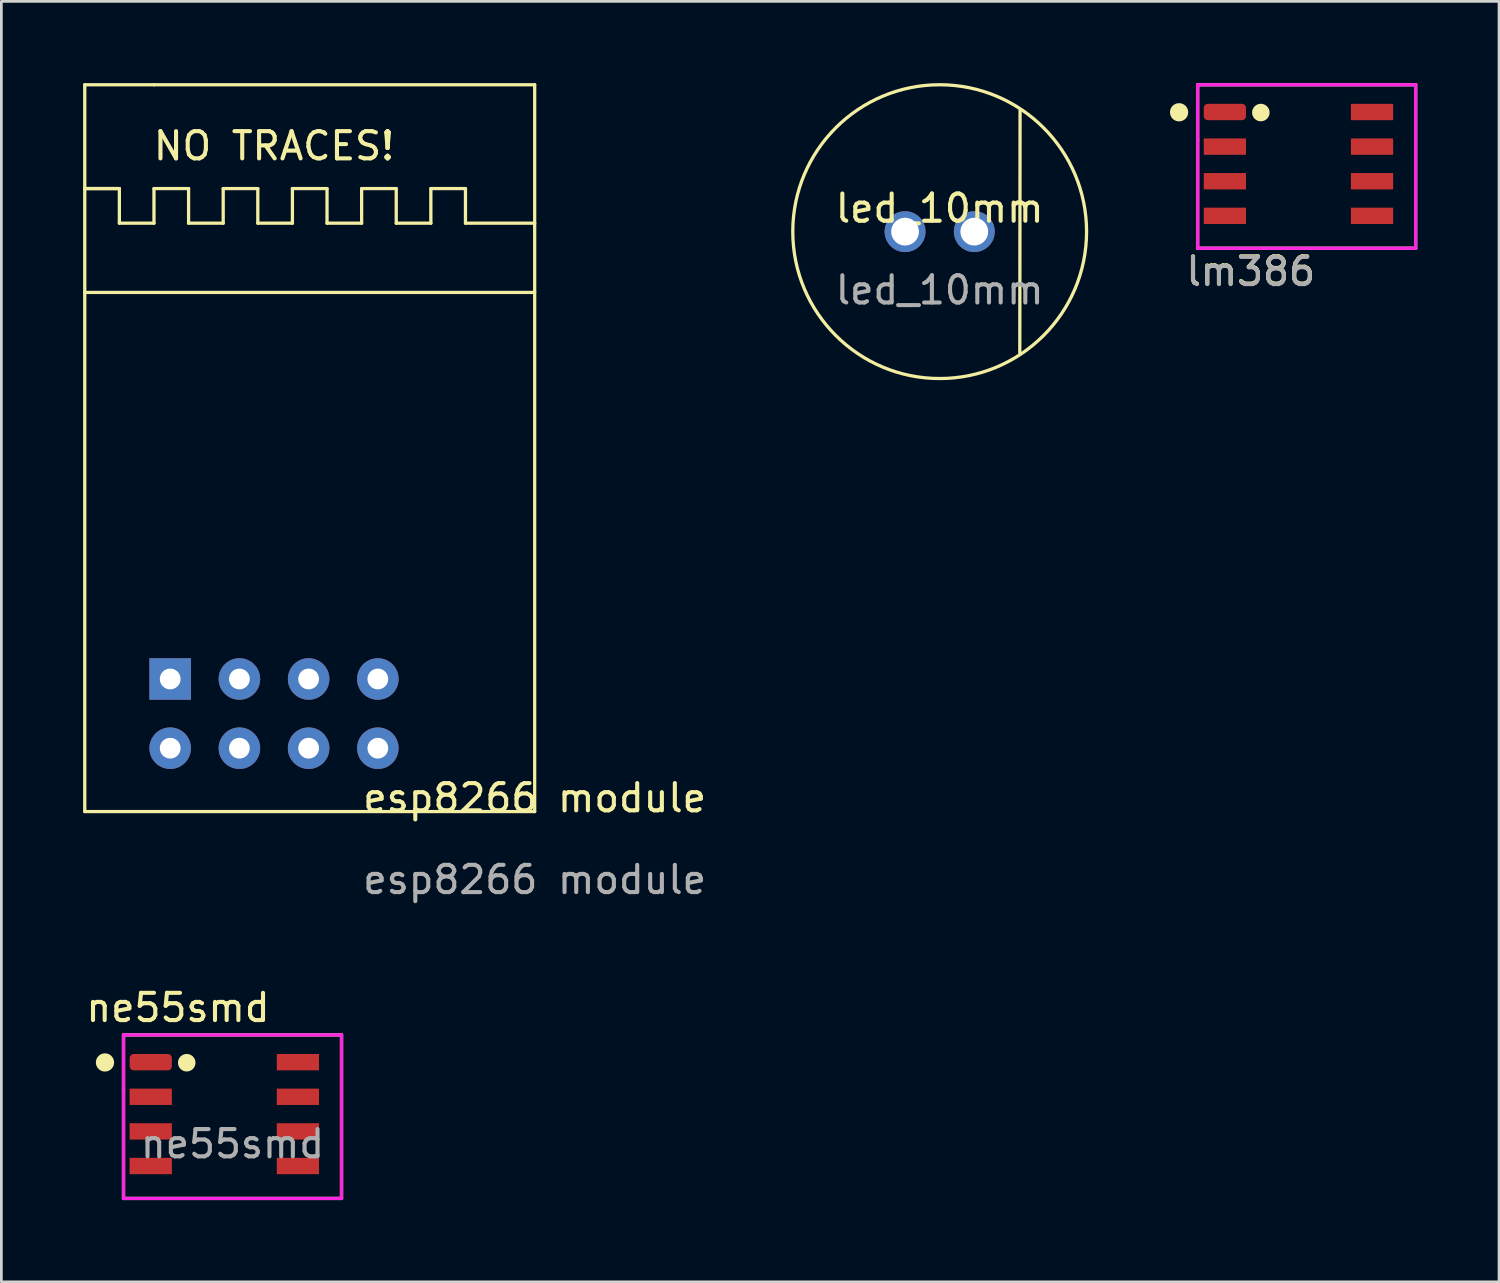
<source format=kicad_pcb>
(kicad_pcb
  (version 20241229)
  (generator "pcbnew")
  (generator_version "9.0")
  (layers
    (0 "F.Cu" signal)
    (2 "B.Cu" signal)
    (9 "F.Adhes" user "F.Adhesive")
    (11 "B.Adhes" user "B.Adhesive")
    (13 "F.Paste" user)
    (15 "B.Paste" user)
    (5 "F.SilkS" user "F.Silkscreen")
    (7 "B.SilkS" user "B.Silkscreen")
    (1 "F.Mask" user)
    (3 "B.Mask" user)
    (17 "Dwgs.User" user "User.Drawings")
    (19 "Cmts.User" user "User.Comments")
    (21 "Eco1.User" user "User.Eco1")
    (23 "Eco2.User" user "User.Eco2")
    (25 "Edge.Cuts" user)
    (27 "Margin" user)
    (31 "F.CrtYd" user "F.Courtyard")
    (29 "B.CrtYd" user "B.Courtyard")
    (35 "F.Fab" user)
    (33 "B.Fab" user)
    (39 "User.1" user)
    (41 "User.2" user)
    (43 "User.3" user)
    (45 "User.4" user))
  (footprint "ne55smd"
    (layer "F.Cu")
    (at 2.482 35.926)
    (property "Reference" "ne55smd" (at 1 -2 0) (unlocked yes) (layer "F.SilkS") (effects (font (size 1 1) (thickness 0.15))))
    (fp_line (start -1 -1) (end -1 1) (stroke (width 0.12) (type solid)) (layer "F.SilkS"))
    (fp_line (start -1 -1) (end 7 -1) (stroke (width 0.12) (type solid)) (layer "F.SilkS"))
    (fp_line (start -1 5) (end -1 1) (stroke (width 0.12) (type solid)) (layer "F.SilkS"))
    (fp_line (start 7 -1) (end 7 5) (stroke (width 0.12) (type solid)) (layer "F.SilkS"))
    (fp_line (start 7 5) (end -1 5) (stroke (width 0.12) (type solid)) (layer "F.SilkS"))
    (fp_circle (center -1.68 0.01) (end -1.41 0.06) (stroke (width 0.12) (type solid)) (fill yes) (layer "F.SilkS"))
    (fp_circle (center 1.32 0.02) (end 1.58 0.05) (stroke (width 0.12) (type solid)) (fill yes) (layer "F.SilkS"))
    (fp_line (start -1 -1) (end 7 -1) (stroke (width 0.12) (type solid)) (layer "F.CrtYd"))
    (fp_line (start -1 5) (end -1 -1) (stroke (width 0.12) (type solid)) (layer "F.CrtYd"))
    (fp_line (start 7 -1) (end 7 5) (stroke (width 0.12) (type solid)) (layer "F.CrtYd"))
    (fp_line (start 7 5) (end -1 5) (stroke (width 0.12) (type solid)) (layer "F.CrtYd"))
    (fp_text user "${REFERENCE}" (at 3 3 0) (unlocked yes) (layer "F.Fab") (effects (font (size 1 1) (thickness 0.15))))
    (pad "1" smd roundrect (at 0 0) (size 1.55 0.6) (layers "F.Cu" "F.Mask" "F.Paste") (roundrect_rratio 0.25))
    (pad "2" smd rect (at 0 1.27) (size 1.55 0.6) (layers "F.Cu" "F.Mask" "F.Paste"))
    (pad "3" smd rect (at 0 2.54) (size 1.55 0.6) (layers "F.Cu" "F.Mask" "F.Paste"))
    (pad "4" smd rect (at 0 3.81) (size 1.55 0.6) (layers "F.Cu" "F.Mask" "F.Paste"))
    (pad "5" smd rect (at 5.4 3.81) (size 1.55 0.6) (layers "F.Cu" "F.Mask" "F.Paste"))
    (pad "6" smd rect (at 5.4 2.54) (size 1.55 0.6) (layers "F.Cu" "F.Mask" "F.Paste"))
    (pad "7" smd rect (at 5.4 1.27) (size 1.55 0.6) (layers "F.Cu" "F.Mask" "F.Paste"))
    (pad "8" smd rect (at 5.4 0) (size 1.55 0.6) (layers "F.Cu" "F.Mask" "F.Paste")))
  (footprint "lm386"
    (layer "F.Cu")
    (at 44.736 3.01)
    (property "Reference" "lm386" (at -1.89 3.89 0) (unlocked yes) (layer "F.SilkS") (effects (font (size 1 1) (thickness 0.15))))
    (fp_line (start -3.84 -2.95) (end -3.84 -0.95) (stroke (width 0.12) (type solid)) (layer "F.SilkS"))
    (fp_line (start -3.84 -2.95) (end 4.16 -2.95) (stroke (width 0.12) (type solid)) (layer "F.SilkS"))
    (fp_line (start -3.84 3.05) (end -3.84 -0.95) (stroke (width 0.12) (type solid)) (layer "F.SilkS"))
    (fp_line (start 4.16 -2.95) (end 4.16 3.05) (stroke (width 0.12) (type solid)) (layer "F.SilkS"))
    (fp_line (start 4.16 3.05) (end -3.84 3.05) (stroke (width 0.12) (type solid)) (layer "F.SilkS"))
    (fp_circle (center -4.52 -1.94) (end -4.25 -1.89) (stroke (width 0.12) (type solid)) (fill yes) (layer "F.SilkS"))
    (fp_circle (center -1.52 -1.93) (end -1.26 -1.9) (stroke (width 0.12) (type solid)) (fill yes) (layer "F.SilkS"))
    (fp_line (start -3.84 -2.95) (end 4.16 -2.95) (stroke (width 0.12) (type solid)) (layer "F.CrtYd"))
    (fp_line (start -3.84 3.05) (end -3.84 -2.95) (stroke (width 0.12) (type solid)) (layer "F.CrtYd"))
    (fp_line (start 4.16 -2.95) (end 4.16 3.05) (stroke (width 0.12) (type solid)) (layer "F.CrtYd"))
    (fp_line (start 4.16 3.05) (end -3.84 3.05) (stroke (width 0.12) (type solid)) (layer "F.CrtYd"))
    (fp_text user "${REFERENCE}" (at -1.89 3.91 0) (unlocked yes) (layer "F.Fab") (effects (font (size 1 1) (thickness 0.15))))
    (pad "1" smd roundrect (at -2.84 -1.95) (size 1.55 0.6) (layers "F.Cu" "F.Mask" "F.Paste") (roundrect_rratio 0.25))
    (pad "2" smd rect (at -2.84 -0.68) (size 1.55 0.6) (layers "F.Cu" "F.Mask" "F.Paste"))
    (pad "3" smd rect (at -2.84 0.59) (size 1.55 0.6) (layers "F.Cu" "F.Mask" "F.Paste"))
    (pad "4" smd rect (at -2.84 1.86) (size 1.55 0.6) (layers "F.Cu" "F.Mask" "F.Paste"))
    (pad "5" smd rect (at 2.56 1.86) (size 1.55 0.6) (layers "F.Cu" "F.Mask" "F.Paste"))
    (pad "6" smd rect (at 2.56 0.59) (size 1.55 0.6) (layers "F.Cu" "F.Mask" "F.Paste"))
    (pad "7" smd rect (at 2.56 -0.68) (size 1.55 0.6) (layers "F.Cu" "F.Mask" "F.Paste"))
    (pad "8" smd rect (at 2.56 -1.95) (size 1.55 0.6) (layers "F.Cu" "F.Mask" "F.Paste")))
  (footprint "led_10mm"
    (layer "F.Cu")
    (at 31.431 5.45)
    (property "Reference" "led_10mm" (at 0 -0.855 0) (unlocked yes) (layer "F.SilkS") (effects (font (size 1 1) (thickness 0.15))))
    (fp_line (start 2.95 -4.455) (end 2.94 4.445) (stroke (width 0.12) (type solid)) (layer "F.SilkS"))
    (fp_circle (center 0 0) (end 5.39 0.045) (stroke (width 0.12) (type solid)) (fill no) (layer "F.SilkS"))
    (fp_text user "${REFERENCE}" (at 0 2.145 0) (unlocked yes) (layer "F.Fab") (effects (font (size 1 1) (thickness 0.15))))
    (pad "1" thru_hole circle (at -1.27 0) (size 1.5 1.5) (drill 1.02) (layers "*.Cu" "*.Mask"))
    (pad "2" thru_hole circle (at 1.27 0) (size 1.5 1.5) (drill 1.02) (layers "*.Cu" "*.Mask")))
  (footprint "esp8266 module"
    (layer "F.Cu")
    (at 16.57 26.73)
    (property "Reference" "esp8266 module" (at 0 -0.5 0) (unlocked yes) (layer "F.SilkS") (effects (font (size 1 1) (thickness 0.15))))
    (fp_line (start -16.51 -26.67) (end -13.97 -26.67) (stroke (width 0.12) (type solid)) (layer "F.SilkS"))
    (fp_line (start -16.51 -22.86) (end -15.24 -22.86) (stroke (width 0.12) (type solid)) (layer "F.SilkS"))
    (fp_line (start -16.51 -19.05) (end 0 -19.05) (stroke (width 0.12) (type solid)) (layer "F.SilkS"))
    (fp_line (start -16.51 0) (end -16.51 -26.67) (stroke (width 0.12) (type solid)) (layer "F.SilkS"))
    (fp_line (start -15.24 -22.86) (end -16.51 -22.86) (stroke (width 0.12) (type solid)) (layer "F.SilkS"))
    (fp_line (start -15.24 -21.59) (end -15.24 -22.86) (stroke (width 0.12) (type solid)) (layer "F.SilkS"))
    (fp_line (start -15.24 -21.59) (end -13.97 -21.59) (stroke (width 0.12) (type solid)) (layer "F.SilkS"))
    (fp_line (start -13.97 -26.67) (end 0 -26.67) (stroke (width 0.12) (type solid)) (layer "F.SilkS"))
    (fp_line (start -13.97 -22.86) (end -12.7 -22.86) (stroke (width 0.12) (type solid)) (layer "F.SilkS"))
    (fp_line (start -13.97 -21.59) (end -13.97 -22.86) (stroke (width 0.12) (type solid)) (layer "F.SilkS"))
    (fp_line (start -12.7 -22.86) (end -12.7 -21.59) (stroke (width 0.12) (type solid)) (layer "F.SilkS"))
    (fp_line (start -12.7 -21.59) (end -11.43 -21.59) (stroke (width 0.12) (type solid)) (layer "F.SilkS"))
    (fp_line (start -11.43 -22.86) (end -10.16 -22.86) (stroke (width 0.12) (type solid)) (layer "F.SilkS"))
    (fp_line (start -11.43 -21.59) (end -11.43 -22.86) (stroke (width 0.12) (type solid)) (layer "F.SilkS"))
    (fp_line (start -10.16 -22.86) (end -10.16 -21.59) (stroke (width 0.12) (type solid)) (layer "F.SilkS"))
    (fp_line (start -10.16 -21.59) (end -8.89 -21.59) (stroke (width 0.12) (type solid)) (layer "F.SilkS"))
    (fp_line (start -8.89 -22.86) (end -7.62 -22.86) (stroke (width 0.12) (type solid)) (layer "F.SilkS"))
    (fp_line (start -8.89 -21.59) (end -8.89 -22.86) (stroke (width 0.12) (type solid)) (layer "F.SilkS"))
    (fp_line (start -7.62 -22.86) (end -7.62 -21.59) (stroke (width 0.12) (type solid)) (layer "F.SilkS"))
    (fp_line (start -7.62 -21.59) (end -6.35 -21.59) (stroke (width 0.12) (type solid)) (layer "F.SilkS"))
    (fp_line (start -6.35 -22.86) (end -5.08 -22.86) (stroke (width 0.12) (type solid)) (layer "F.SilkS"))
    (fp_line (start -6.35 -21.59) (end -6.35 -22.86) (stroke (width 0.12) (type solid)) (layer "F.SilkS"))
    (fp_line (start -5.08 -22.86) (end -5.08 -21.59) (stroke (width 0.12) (type solid)) (layer "F.SilkS"))
    (fp_line (start -5.08 -21.59) (end -3.81 -21.59) (stroke (width 0.12) (type solid)) (layer "F.SilkS"))
    (fp_line (start -3.81 -22.86) (end -2.54 -22.86) (stroke (width 0.12) (type solid)) (layer "F.SilkS"))
    (fp_line (start -3.81 -21.59) (end -3.81 -22.86) (stroke (width 0.12) (type solid)) (layer "F.SilkS"))
    (fp_line (start -2.54 -22.86) (end -2.54 -21.59) (stroke (width 0.12) (type solid)) (layer "F.SilkS"))
    (fp_line (start -2.54 -21.59) (end 0 -21.59) (stroke (width 0.12) (type solid)) (layer "F.SilkS"))
    (fp_line (start 0 -26.67) (end 0 0) (stroke (width 0.12) (type solid)) (layer "F.SilkS"))
    (fp_line (start 0 0) (end -16.51 0) (stroke (width 0.12) (type solid)) (layer "F.SilkS"))
    (fp_text user "NO TRACES!" (at -9.565 -24.423 0) (layer "F.SilkS") (effects (font (size 1 1) (thickness 0.15))))
    (fp_text user "${REFERENCE}" (at 0 2.5 0) (unlocked yes) (layer "F.Fab") (effects (font (size 1 1) (thickness 0.15))))
    (pad "1" thru_hole rect (at -13.375 -4.865) (size 1.524 1.524) (drill 0.762) (layers "*.Cu" "*.Mask"))
    (pad "2" thru_hole circle (at -13.375 -2.325) (size 1.524 1.524) (drill 0.762) (layers "*.Cu" "*.Mask"))
    (pad "3" thru_hole circle (at -10.835 -4.865) (size 1.524 1.524) (drill 0.762) (layers "*.Cu" "*.Mask"))
    (pad "4" thru_hole circle (at -10.835 -2.325) (size 1.524 1.524) (drill 0.762) (layers "*.Cu" "*.Mask"))
    (pad "5" thru_hole circle (at -8.295 -4.865) (size 1.524 1.524) (drill 0.762) (layers "*.Cu" "*.Mask"))
    (pad "6" thru_hole circle (at -8.295 -2.325) (size 1.524 1.524) (drill 0.762) (layers "*.Cu" "*.Mask"))
    (pad "7" thru_hole circle (at -5.755 -4.865) (size 1.524 1.524) (drill 0.762) (layers "*.Cu" "*.Mask"))
    (pad "8" thru_hole circle (at -5.755 -2.325) (size 1.524 1.524) (drill 0.762) (layers "*.Cu" "*.Mask")))
  (gr_rect
    (start -3 -3)
    (end 51.956 43.986)
    (stroke (width 0.1) (type default))
    (fill no)
    (layer "Edge.Cuts")))
</source>
